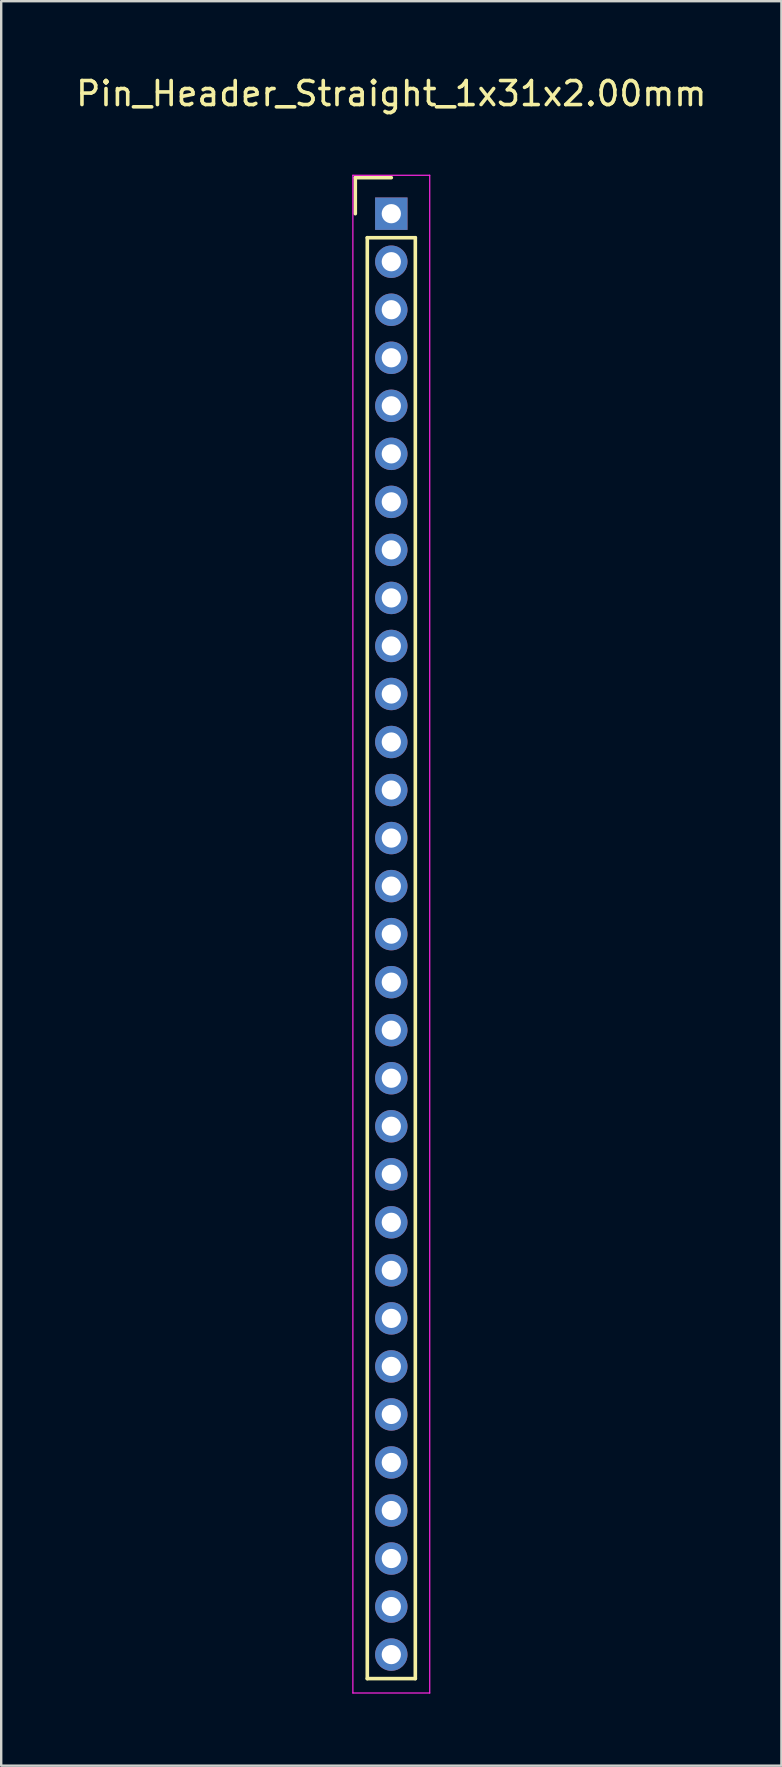
<source format=kicad_pcb>
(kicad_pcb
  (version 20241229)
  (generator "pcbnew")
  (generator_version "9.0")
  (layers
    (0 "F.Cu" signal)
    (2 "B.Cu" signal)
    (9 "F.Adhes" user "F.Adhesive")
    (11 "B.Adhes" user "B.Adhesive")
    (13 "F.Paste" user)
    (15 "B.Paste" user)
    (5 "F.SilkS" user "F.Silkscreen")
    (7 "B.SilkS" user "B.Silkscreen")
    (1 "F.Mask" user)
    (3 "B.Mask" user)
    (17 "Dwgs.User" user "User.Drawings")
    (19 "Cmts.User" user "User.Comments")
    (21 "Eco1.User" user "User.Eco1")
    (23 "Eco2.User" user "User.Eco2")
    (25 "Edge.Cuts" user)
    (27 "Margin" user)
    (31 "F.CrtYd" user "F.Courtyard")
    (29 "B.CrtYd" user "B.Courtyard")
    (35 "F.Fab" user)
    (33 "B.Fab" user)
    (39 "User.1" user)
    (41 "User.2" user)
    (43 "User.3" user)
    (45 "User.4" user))
  (footprint "Pin_Header_Straight_1x31x2.00mm"
    (layer "F.Cu")
    (at 13.244 5.848)
    (property "Reference" "Pin_Header_Straight_1x31x2.00mm" (at 0 -5 0) (layer "F.SilkS") (effects (font (size 1 1) (thickness 0.15))))
    (attr through_hole)
    (fp_line (start -1.5 -1.5) (end 0 -1.5) (stroke (width 0.15) (type solid)) (layer "F.SilkS"))
    (fp_line (start -1.5 0) (end -1.5 -1.5) (stroke (width 0.15) (type solid)) (layer "F.SilkS"))
    (fp_line (start -1 1) (end 1 1) (stroke (width 0.15) (type solid)) (layer "F.SilkS"))
    (fp_line (start -1 61) (end -1 1) (stroke (width 0.15) (type solid)) (layer "F.SilkS"))
    (fp_line (start 1 1) (end 1 61) (stroke (width 0.15) (type solid)) (layer "F.SilkS"))
    (fp_line (start 1 61) (end -1 61) (stroke (width 0.15) (type solid)) (layer "F.SilkS"))
    (fp_line (start -1.6 -1.6) (end 1.6 -1.6) (stroke (width 0.05) (type solid)) (layer "F.CrtYd"))
    (fp_line (start -1.6 61.6) (end -1.6 -1.6) (stroke (width 0.05) (type solid)) (layer "F.CrtYd"))
    (fp_line (start 1.6 -1.6) (end 1.6 61.6) (stroke (width 0.05) (type solid)) (layer "F.CrtYd"))
    (fp_line (start 1.6 61.6) (end -1.6 61.6) (stroke (width 0.05) (type solid)) (layer "F.CrtYd"))
    (pad "1" thru_hole rect (at 0 0) (size 1.35 1.35) (drill 0.8) (layers "*.Cu" "*.Mask"))
    (pad "2" thru_hole circle (at 0 2) (size 1.35 1.35) (drill 0.8) (layers "*.Cu" "*.Mask"))
    (pad "3" thru_hole circle (at 0 4) (size 1.35 1.35) (drill 0.8) (layers "*.Cu" "*.Mask"))
    (pad "4" thru_hole circle (at 0 6) (size 1.35 1.35) (drill 0.8) (layers "*.Cu" "*.Mask"))
    (pad "5" thru_hole circle (at 0 8) (size 1.35 1.35) (drill 0.8) (layers "*.Cu" "*.Mask"))
    (pad "6" thru_hole circle (at 0 10) (size 1.35 1.35) (drill 0.8) (layers "*.Cu" "*.Mask"))
    (pad "7" thru_hole circle (at 0 12) (size 1.35 1.35) (drill 0.8) (layers "*.Cu" "*.Mask"))
    (pad "8" thru_hole circle (at 0 14) (size 1.35 1.35) (drill 0.8) (layers "*.Cu" "*.Mask"))
    (pad "9" thru_hole circle (at 0 16) (size 1.35 1.35) (drill 0.8) (layers "*.Cu" "*.Mask"))
    (pad "10" thru_hole circle (at 0 18) (size 1.35 1.35) (drill 0.8) (layers "*.Cu" "*.Mask"))
    (pad "11" thru_hole circle (at 0 20) (size 1.35 1.35) (drill 0.8) (layers "*.Cu" "*.Mask"))
    (pad "12" thru_hole circle (at 0 22) (size 1.35 1.35) (drill 0.8) (layers "*.Cu" "*.Mask"))
    (pad "13" thru_hole circle (at 0 24) (size 1.35 1.35) (drill 0.8) (layers "*.Cu" "*.Mask"))
    (pad "14" thru_hole circle (at 0 26) (size 1.35 1.35) (drill 0.8) (layers "*.Cu" "*.Mask"))
    (pad "15" thru_hole circle (at 0 28) (size 1.35 1.35) (drill 0.8) (layers "*.Cu" "*.Mask"))
    (pad "16" thru_hole circle (at 0 30) (size 1.35 1.35) (drill 0.8) (layers "*.Cu" "*.Mask"))
    (pad "17" thru_hole circle (at 0 32) (size 1.35 1.35) (drill 0.8) (layers "*.Cu" "*.Mask"))
    (pad "18" thru_hole circle (at 0 34) (size 1.35 1.35) (drill 0.8) (layers "*.Cu" "*.Mask"))
    (pad "19" thru_hole circle (at 0 36) (size 1.35 1.35) (drill 0.8) (layers "*.Cu" "*.Mask"))
    (pad "20" thru_hole circle (at 0 38) (size 1.35 1.35) (drill 0.8) (layers "*.Cu" "*.Mask"))
    (pad "21" thru_hole circle (at 0 40) (size 1.35 1.35) (drill 0.8) (layers "*.Cu" "*.Mask"))
    (pad "22" thru_hole circle (at 0 42) (size 1.35 1.35) (drill 0.8) (layers "*.Cu" "*.Mask"))
    (pad "23" thru_hole circle (at 0 44) (size 1.35 1.35) (drill 0.8) (layers "*.Cu" "*.Mask"))
    (pad "24" thru_hole circle (at 0 46) (size 1.35 1.35) (drill 0.8) (layers "*.Cu" "*.Mask"))
    (pad "25" thru_hole circle (at 0 48) (size 1.35 1.35) (drill 0.8) (layers "*.Cu" "*.Mask"))
    (pad "26" thru_hole circle (at 0 50) (size 1.35 1.35) (drill 0.8) (layers "*.Cu" "*.Mask"))
    (pad "27" thru_hole circle (at 0 52) (size 1.35 1.35) (drill 0.8) (layers "*.Cu" "*.Mask"))
    (pad "28" thru_hole circle (at 0 54) (size 1.35 1.35) (drill 0.8) (layers "*.Cu" "*.Mask"))
    (pad "29" thru_hole circle (at 0 56) (size 1.35 1.35) (drill 0.8) (layers "*.Cu" "*.Mask"))
    (pad "30" thru_hole circle (at 0 58) (size 1.35 1.35) (drill 0.8) (layers "*.Cu" "*.Mask"))
    (pad "31" thru_hole circle (at 0 60) (size 1.35 1.35) (drill 0.8) (layers "*.Cu" "*.Mask")))
  (gr_rect
    (start -3 -3)
    (end 29.488 70.473)
    (stroke (width 0.1) (type default))
    (fill no)
    (layer "Edge.Cuts")))
</source>
